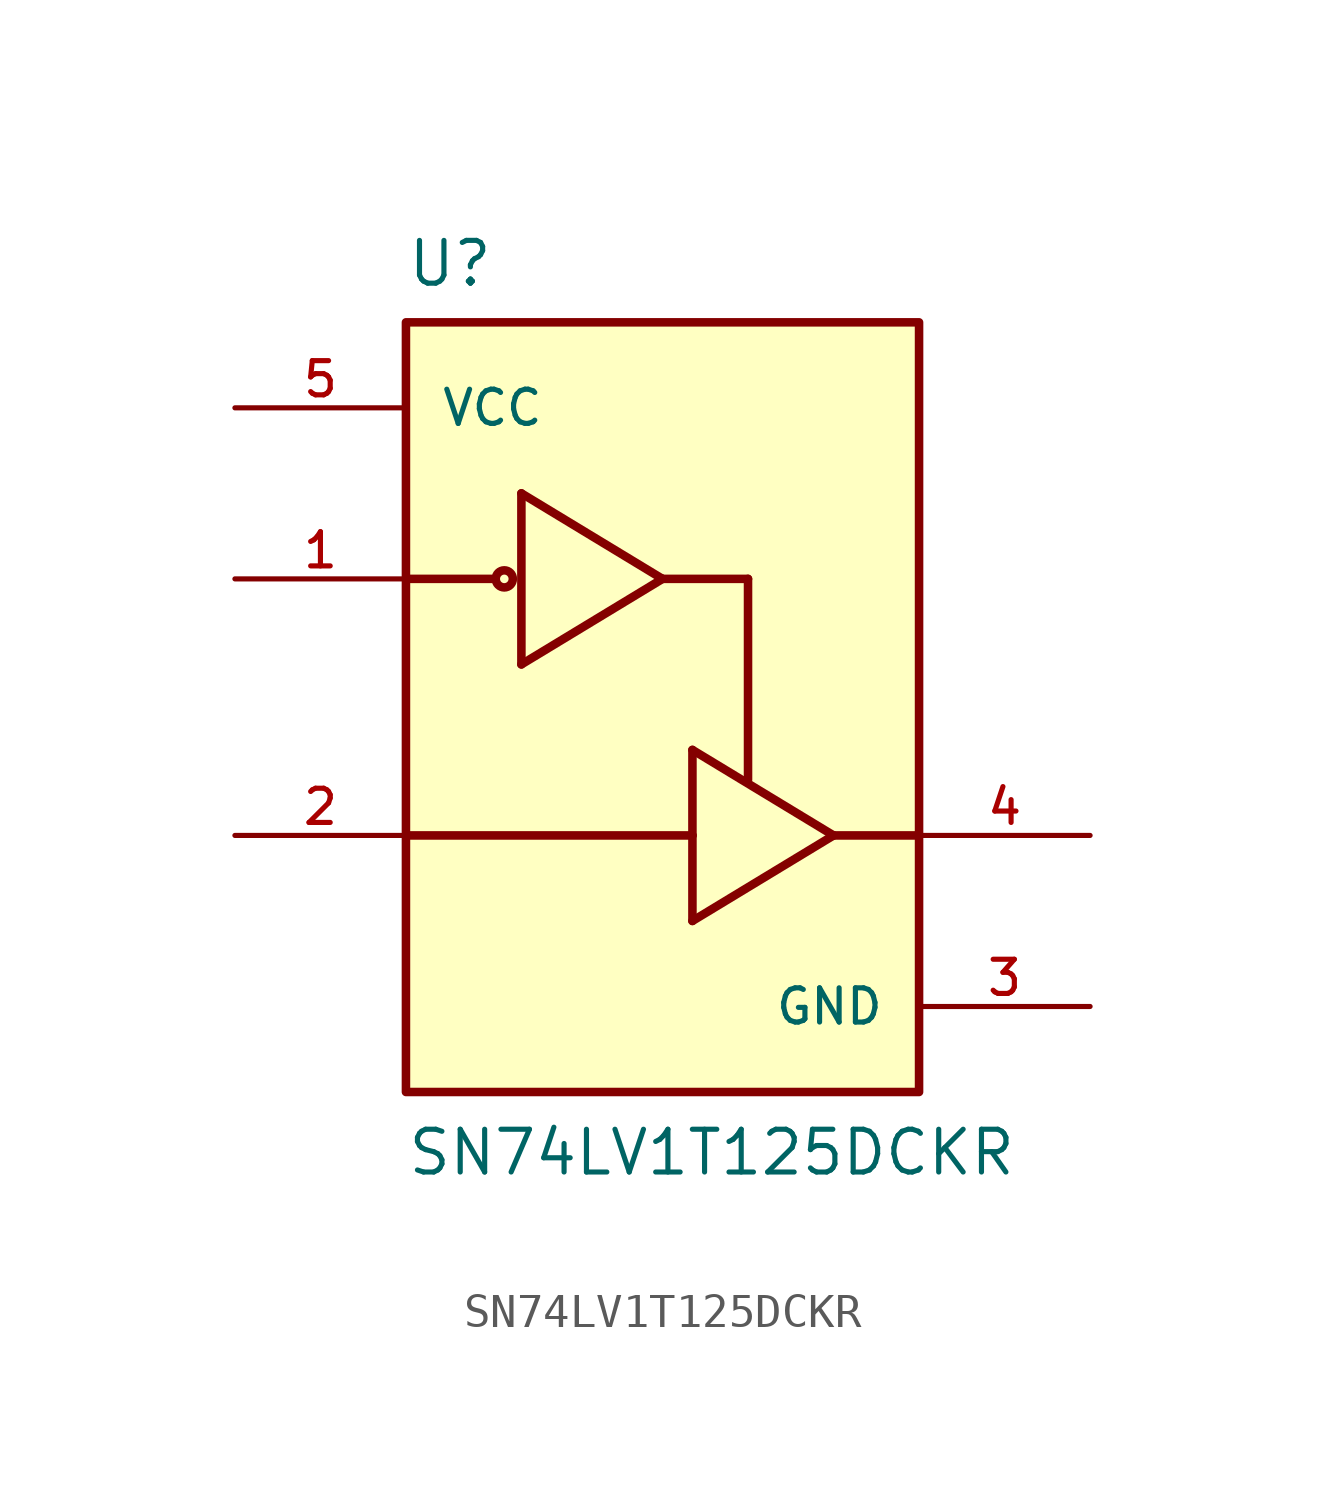
<source format=kicad_sym>
(kicad_symbol_lib
  (version 20211014)
  (generator kicad_symbol_editor)
  (symbol "SN74LV1T125DCKR"
    (pin_names
      (offset 1.016))
    (property "Reference" "U"
      (at -7.62 13.7 0.0)
      (effects (font (size 1.27 1.27)) (justify bottom left)))
    (property "Value" "SN74LV1T125DCKR"
      (at -7.62 -12.7 0.0)
      (effects (font (size 1.27 1.27)) (justify bottom left)))
    (symbol "SN74LV1T125DCKR_0_0"
      (polyline (pts (xy -4.191 7.62) (xy -4.191 2.54)) (stroke (width 0.254)))
      (polyline (pts (xy -4.191 2.54) (xy 0.0 5.08)) (stroke (width 0.254)))
      (polyline (pts (xy 0.0 5.08) (xy -4.191 7.62)) (stroke (width 0.254)))
      (circle (center -4.699 5.08) (radius 0.254) (stroke (width 0.254)) (fill (type none)))
      (polyline (pts (xy 0.889 0.0) (xy 0.889 -2.54)) (stroke (width 0.254)))
      (polyline (pts (xy 0.889 -2.54) (xy 0.889 -5.08)) (stroke (width 0.254)))
      (polyline (pts (xy 0.889 -5.08) (xy 5.08 -2.54)) (stroke (width 0.254)))
      (polyline (pts (xy 5.08 -2.54) (xy 0.889 0.0)) (stroke (width 0.254)))
      (polyline (pts (xy 0.0 5.08) (xy 2.54 5.08)) (stroke (width 0.254)))
      (polyline (pts (xy 2.54 5.08) (xy 2.54 -0.889)) (stroke (width 0.254)))
      (polyline (pts (xy -7.62 -2.54) (xy 0.889 -2.54)) (stroke (width 0.254)))
      (polyline (pts (xy 5.08 -2.54) (xy 7.62 -2.54)) (stroke (width 0.254)))
      (polyline (pts (xy -7.62 5.08) (xy -5.08 5.08)) (stroke (width 0.254)))
      (rectangle (start -7.62 -10.16) (end 7.62 12.7) (stroke (width 0.254)) (fill (type background)))
      (pin input line (at -12.7 5.08 0) (length 5.08) (name "~" (effects (font (size 1.016 1.016)))) (number "1" (effects (font (size 1.016 1.016)))))
      (pin power_in line (at 12.7 -7.62 180.0) (length 5.08) (name "GND" (effects (font (size 1.016 1.016)))) (number "3" (effects (font (size 1.016 1.016)))))
      (pin power_in line (at -12.7 10.16 0) (length 5.08) (name "VCC" (effects (font (size 1.016 1.016)))) (number "5" (effects (font (size 1.016 1.016)))))
      (pin input line (at -12.7 -2.54 0) (length 5.08) (name "~" (effects (font (size 1.016 1.016)))) (number "2" (effects (font (size 1.016 1.016)))))
      (pin output line (at 12.7 -2.54 180.0) (length 5.08) (name "~" (effects (font (size 1.016 1.016)))) (number "4" (effects (font (size 1.016 1.016))))))))
</source>
